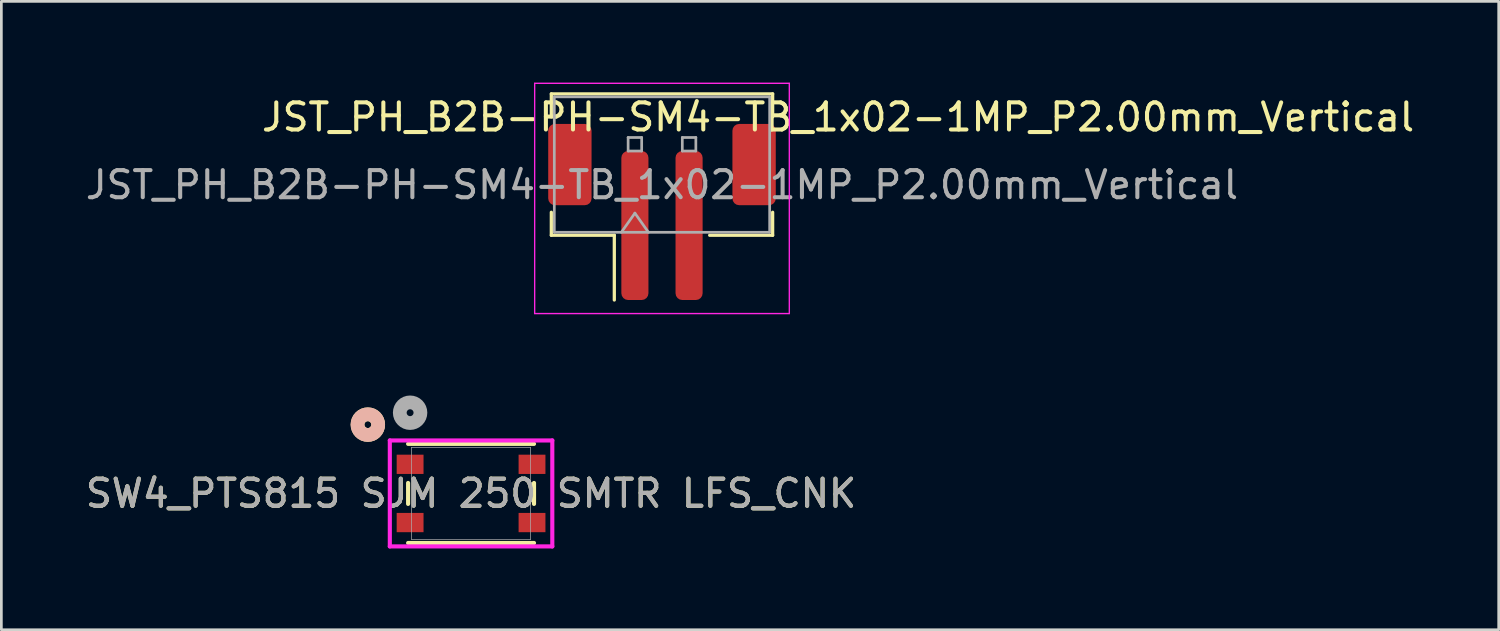
<source format=kicad_pcb>
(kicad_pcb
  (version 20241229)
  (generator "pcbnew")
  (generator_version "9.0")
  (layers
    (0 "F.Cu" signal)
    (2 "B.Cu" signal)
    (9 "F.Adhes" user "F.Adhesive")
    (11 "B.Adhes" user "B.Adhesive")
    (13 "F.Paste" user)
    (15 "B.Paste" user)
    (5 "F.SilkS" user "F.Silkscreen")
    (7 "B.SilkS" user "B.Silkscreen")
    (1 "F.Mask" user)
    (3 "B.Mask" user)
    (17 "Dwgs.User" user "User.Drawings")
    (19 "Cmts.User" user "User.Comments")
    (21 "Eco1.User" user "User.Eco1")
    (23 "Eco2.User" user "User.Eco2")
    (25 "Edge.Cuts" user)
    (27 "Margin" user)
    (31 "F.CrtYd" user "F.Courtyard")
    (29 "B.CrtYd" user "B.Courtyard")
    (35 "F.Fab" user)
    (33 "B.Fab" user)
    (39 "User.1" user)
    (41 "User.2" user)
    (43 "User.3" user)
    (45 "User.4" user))
  (footprint "SW4_PTS815 SJM 250 SMTR LFS_CNK"
    (layer "F.Cu")
    (at 14.339 15.165)
    (property "Reference" "SW4_PTS815 SJM 250 SMTR LFS_CNK" (at 0 0 0) (unlocked yes) (layer "F.SilkS") (effects (font (size 1 1) (thickness 0.15))))
    (attr smd)
    (fp_line (start -2.324 -0.387) (end -2.324 0.387) (stroke (width 0.152) (type solid)) (layer "F.SilkS"))
    (fp_line (start -2.324 1.829) (end 2.324 1.829) (stroke (width 0.152) (type solid)) (layer "F.SilkS"))
    (fp_line (start 2.324 -1.829) (end -2.324 -1.829) (stroke (width 0.152) (type solid)) (layer "F.SilkS"))
    (fp_line (start 2.324 0.387) (end 2.324 -0.387) (stroke (width 0.152) (type solid)) (layer "F.SilkS"))
    (fp_circle (center -3.81 -2.54) (end -3.429 -2.54) (stroke (width 0.508) (type solid)) (fill no) (layer "F.SilkS"))
    (fp_circle (center -3.81 -2.54) (end -3.429 -2.54) (stroke (width 0.508) (type solid)) (fill no) (layer "B.SilkS"))
    (fp_line (start -2.999 -1.956) (end -2.999 1.956) (stroke (width 0.152) (type solid)) (layer "F.CrtYd"))
    (fp_line (start -2.999 1.956) (end 2.999 1.956) (stroke (width 0.152) (type solid)) (layer "F.CrtYd"))
    (fp_line (start 2.999 -1.956) (end -2.999 -1.956) (stroke (width 0.152) (type solid)) (layer "F.CrtYd"))
    (fp_line (start 2.999 1.956) (end 2.999 -1.956) (stroke (width 0.152) (type solid)) (layer "F.CrtYd"))
    (fp_line (start -2.197 -1.702) (end -2.197 1.702) (stroke (width 0.025) (type solid)) (layer "F.Fab"))
    (fp_line (start -2.197 1.702) (end 2.197 1.702) (stroke (width 0.025) (type solid)) (layer "F.Fab"))
    (fp_line (start 2.197 -1.702) (end -2.197 -1.702) (stroke (width 0.025) (type solid)) (layer "F.Fab"))
    (fp_line (start 2.197 1.702) (end 2.197 -1.702) (stroke (width 0.025) (type solid)) (layer "F.Fab"))
    (fp_circle (center -2.25 -2.98) (end -1.869 -2.98) (stroke (width 0.508) (type solid)) (fill no) (layer "F.Fab"))
    (fp_text user "${REFERENCE}" (at 0 0 0) (unlocked yes) (layer "F.Fab") (effects (font (size 1 1) (thickness 0.15))))
    (pad "1" smd rect (at -2.25 -1.075) (size 0.991 0.711) (layers "F.Cu" "F.Mask" "F.Paste"))
    (pad "2" smd rect (at 2.25 -1.075) (size 0.991 0.711) (layers "F.Cu" "F.Mask" "F.Paste"))
    (pad "3" smd rect (at -2.25 1.075) (size 0.991 0.711) (layers "F.Cu" "F.Mask" "F.Paste"))
    (pad "4" smd rect (at 2.25 1.075) (size 0.991 0.711) (layers "F.Cu" "F.Mask" "F.Paste")))
  (footprint "JST_PH_B2B-PH-SM4-TB_1x02-1MP_P2.00mm_Vertical"
    (layer "F.Cu")
    (at 21.387 4.775)
    (property "Reference" "JST_PH_B2B-PH-SM4-TB_1x02-1MP_P2.00mm_Vertical" (at 6.5 -3.5 0) (layer "F.SilkS") (effects (font (size 1 1) (thickness 0.15))))
    (attr smd)
    (fp_line (start -4.085 -4.36) (end 4.085 -4.36) (stroke (width 0.12) (type solid)) (layer "F.SilkS"))
    (fp_line (start -4.085 -3.51) (end -4.085 -4.36) (stroke (width 0.12) (type solid)) (layer "F.SilkS"))
    (fp_line (start -4.085 0.01) (end -4.085 0.86) (stroke (width 0.12) (type solid)) (layer "F.SilkS"))
    (fp_line (start -4.085 0.86) (end -1.76 0.86) (stroke (width 0.12) (type solid)) (layer "F.SilkS"))
    (fp_line (start -1.76 0.86) (end -1.76 3.25) (stroke (width 0.12) (type solid)) (layer "F.SilkS"))
    (fp_line (start 4.085 -4.36) (end 4.085 -3.51) (stroke (width 0.12) (type solid)) (layer "F.SilkS"))
    (fp_line (start 4.085 0.01) (end 4.085 0.86) (stroke (width 0.12) (type solid)) (layer "F.SilkS"))
    (fp_line (start 4.085 0.86) (end 1.76 0.86) (stroke (width 0.12) (type solid)) (layer "F.SilkS"))
    (fp_line (start -4.7 -4.75) (end -4.7 3.75) (stroke (width 0.05) (type solid)) (layer "F.CrtYd"))
    (fp_line (start -4.7 3.75) (end 4.7 3.75) (stroke (width 0.05) (type solid)) (layer "F.CrtYd"))
    (fp_line (start 4.7 -4.75) (end -4.7 -4.75) (stroke (width 0.05) (type solid)) (layer "F.CrtYd"))
    (fp_line (start 4.7 3.75) (end 4.7 -4.75) (stroke (width 0.05) (type solid)) (layer "F.CrtYd"))
    (fp_line (start -3.975 -4.25) (end 3.975 -4.25) (stroke (width 0.1) (type solid)) (layer "F.Fab"))
    (fp_line (start -3.975 0.75) (end -3.975 -4.25) (stroke (width 0.1) (type solid)) (layer "F.Fab"))
    (fp_line (start -3.975 0.75) (end 3.975 0.75) (stroke (width 0.1) (type solid)) (layer "F.Fab"))
    (fp_line (start -1.5 0.75) (end -1 0.043) (stroke (width 0.1) (type solid)) (layer "F.Fab"))
    (fp_line (start -1.25 -2.75) (end -1.25 -2.25) (stroke (width 0.1) (type solid)) (layer "F.Fab"))
    (fp_line (start -1.25 -2.25) (end -0.75 -2.25) (stroke (width 0.1) (type solid)) (layer "F.Fab"))
    (fp_line (start -1 0.043) (end -0.5 0.75) (stroke (width 0.1) (type solid)) (layer "F.Fab"))
    (fp_line (start -0.75 -2.75) (end -1.25 -2.75) (stroke (width 0.1) (type solid)) (layer "F.Fab"))
    (fp_line (start -0.75 -2.25) (end -0.75 -2.75) (stroke (width 0.1) (type solid)) (layer "F.Fab"))
    (fp_line (start 0.75 -2.75) (end 0.75 -2.25) (stroke (width 0.1) (type solid)) (layer "F.Fab"))
    (fp_line (start 0.75 -2.25) (end 1.25 -2.25) (stroke (width 0.1) (type solid)) (layer "F.Fab"))
    (fp_line (start 1.25 -2.75) (end 0.75 -2.75) (stroke (width 0.1) (type solid)) (layer "F.Fab"))
    (fp_line (start 1.25 -2.25) (end 1.25 -2.75) (stroke (width 0.1) (type solid)) (layer "F.Fab"))
    (fp_line (start 3.975 0.75) (end 3.975 -4.25) (stroke (width 0.1) (type solid)) (layer "F.Fab"))
    (fp_text user "${REFERENCE}" (at 0 -1 0) (layer "F.Fab") (effects (font (size 1 1) (thickness 0.15))))
    (pad "1" smd roundrect (at -1 0.5) (size 1 5.5) (layers "F.Cu" "F.Mask" "F.Paste") (roundrect_rratio 0.25))
    (pad "2" smd roundrect (at 1 0.5) (size 1 5.5) (layers "F.Cu" "F.Mask" "F.Paste") (roundrect_rratio 0.25))
    (pad "MP" smd roundrect (at -3.4 -1.75) (size 1.6 3) (layers "F.Cu" "F.Mask" "F.Paste") (roundrect_rratio 0.156))
    (pad "MP" smd roundrect (at 3.4 -1.75) (size 1.6 3) (layers "F.Cu" "F.Mask" "F.Paste") (roundrect_rratio 0.156)))
  (gr_rect
    (start -3 -3)
    (end 52.274 20.197)
    (stroke (width 0.1) (type default))
    (fill no)
    (layer "Edge.Cuts")))
</source>
